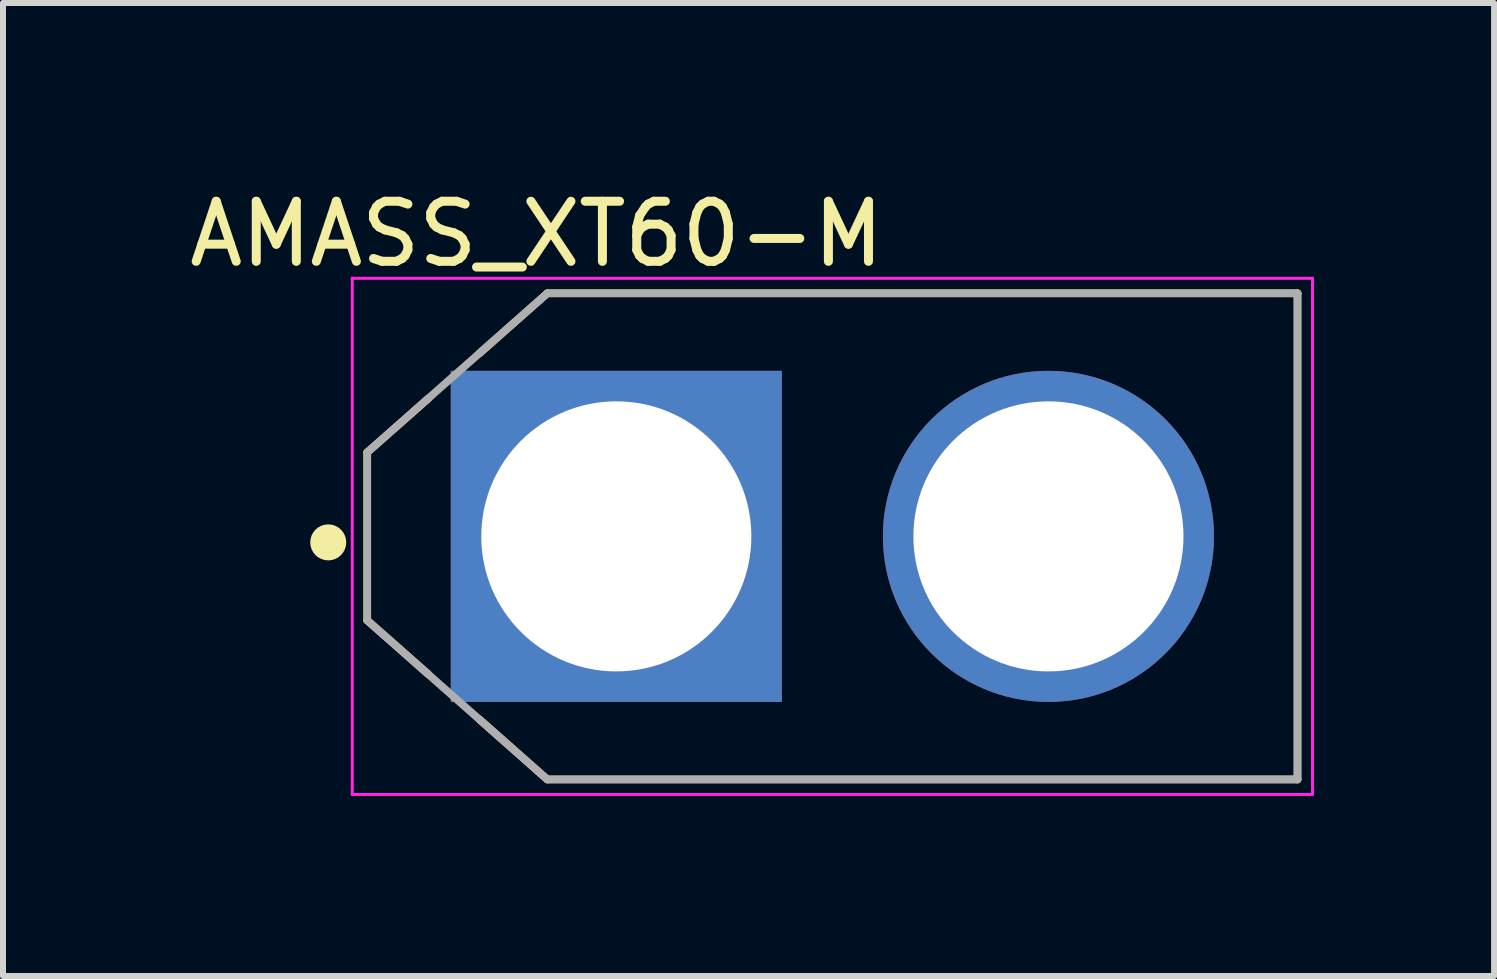
<source format=kicad_pcb>
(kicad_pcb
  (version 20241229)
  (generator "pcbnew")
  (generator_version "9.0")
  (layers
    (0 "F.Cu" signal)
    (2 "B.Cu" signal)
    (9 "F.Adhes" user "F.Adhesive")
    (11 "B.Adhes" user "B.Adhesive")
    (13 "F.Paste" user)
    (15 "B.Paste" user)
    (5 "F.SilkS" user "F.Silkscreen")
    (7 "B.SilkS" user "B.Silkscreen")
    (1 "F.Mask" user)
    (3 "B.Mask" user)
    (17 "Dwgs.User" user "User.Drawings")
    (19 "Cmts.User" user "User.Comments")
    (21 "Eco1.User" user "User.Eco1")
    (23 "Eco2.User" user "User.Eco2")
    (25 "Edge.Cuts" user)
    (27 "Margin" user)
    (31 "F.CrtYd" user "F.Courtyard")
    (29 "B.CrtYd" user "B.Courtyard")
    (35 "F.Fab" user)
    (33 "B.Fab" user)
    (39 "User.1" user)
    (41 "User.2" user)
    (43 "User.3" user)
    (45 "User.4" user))
  (footprint "AMASS_XT60-M"
    (layer "F.Cu")
    (at 10.819 5.887)
    (property "Reference" "AMASS_XT60-M" (at -4.928 -5.038 0) (layer "F.SilkS") (effects (font (size 1.001 1.001) (thickness 0.15))))
    (attr through_hole)
    (fp_line (start -7.75 -1.4) (end -6.73 -2.3) (stroke (width 0.127) (type solid)) (layer "F.SilkS"))
    (fp_line (start -7.75 1.4) (end -7.75 -1.4) (stroke (width 0.127) (type solid)) (layer "F.SilkS"))
    (fp_line (start -7.75 1.4) (end -6.73 2.3) (stroke (width 0.127) (type solid)) (layer "F.SilkS"))
    (fp_line (start -4.75 -4.05) (end -5.88 -3.05) (stroke (width 0.127) (type solid)) (layer "F.SilkS"))
    (fp_line (start -4.75 -4.05) (end 7.75 -4.05) (stroke (width 0.127) (type solid)) (layer "F.SilkS"))
    (fp_line (start -4.75 4.05) (end -5.88 3.05) (stroke (width 0.127) (type solid)) (layer "F.SilkS"))
    (fp_line (start 7.75 -4.05) (end 7.75 4.05) (stroke (width 0.127) (type solid)) (layer "F.SilkS"))
    (fp_line (start 7.75 4.05) (end -4.75 4.05) (stroke (width 0.127) (type solid)) (layer "F.SilkS"))
    (fp_circle (center -8.4 0.1) (end -8.25 0.1) (stroke (width 0.3) (type solid)) (fill no) (layer "F.SilkS"))
    (fp_line (start -8 -4.3) (end 8 -4.3) (stroke (width 0.05) (type solid)) (layer "F.CrtYd"))
    (fp_line (start -8 4.3) (end -8 -4.3) (stroke (width 0.05) (type solid)) (layer "F.CrtYd"))
    (fp_line (start 8 -4.3) (end 8 4.3) (stroke (width 0.05) (type solid)) (layer "F.CrtYd"))
    (fp_line (start 8 4.3) (end -8 4.3) (stroke (width 0.05) (type solid)) (layer "F.CrtYd"))
    (fp_line (start -7.75 1.4) (end -7.75 -1.4) (stroke (width 0.127) (type solid)) (layer "F.Fab"))
    (fp_line (start -4.75 -4.05) (end -7.75 -1.4) (stroke (width 0.127) (type solid)) (layer "F.Fab"))
    (fp_line (start -4.75 -4.05) (end 7.75 -4.05) (stroke (width 0.127) (type solid)) (layer "F.Fab"))
    (fp_line (start -4.75 4.05) (end -7.75 1.4) (stroke (width 0.127) (type solid)) (layer "F.Fab"))
    (fp_line (start 7.75 -4.05) (end 7.75 4.05) (stroke (width 0.127) (type solid)) (layer "F.Fab"))
    (fp_line (start 7.75 4.05) (end -4.75 4.05) (stroke (width 0.127) (type solid)) (layer "F.Fab"))
    (pad "1" thru_hole rect (at -3.6 0) (size 5.516 5.516) (drill 4.5) (layers "*.Cu" "*.Mask"))
    (pad "2" thru_hole circle (at 3.6 0) (size 5.516 5.516) (drill 4.5) (layers "*.Cu" "*.Mask")))
  (gr_rect
    (start -3 -3)
    (end 21.844 13.212)
    (stroke (width 0.1) (type default))
    (fill no)
    (layer "Edge.Cuts")))
</source>
